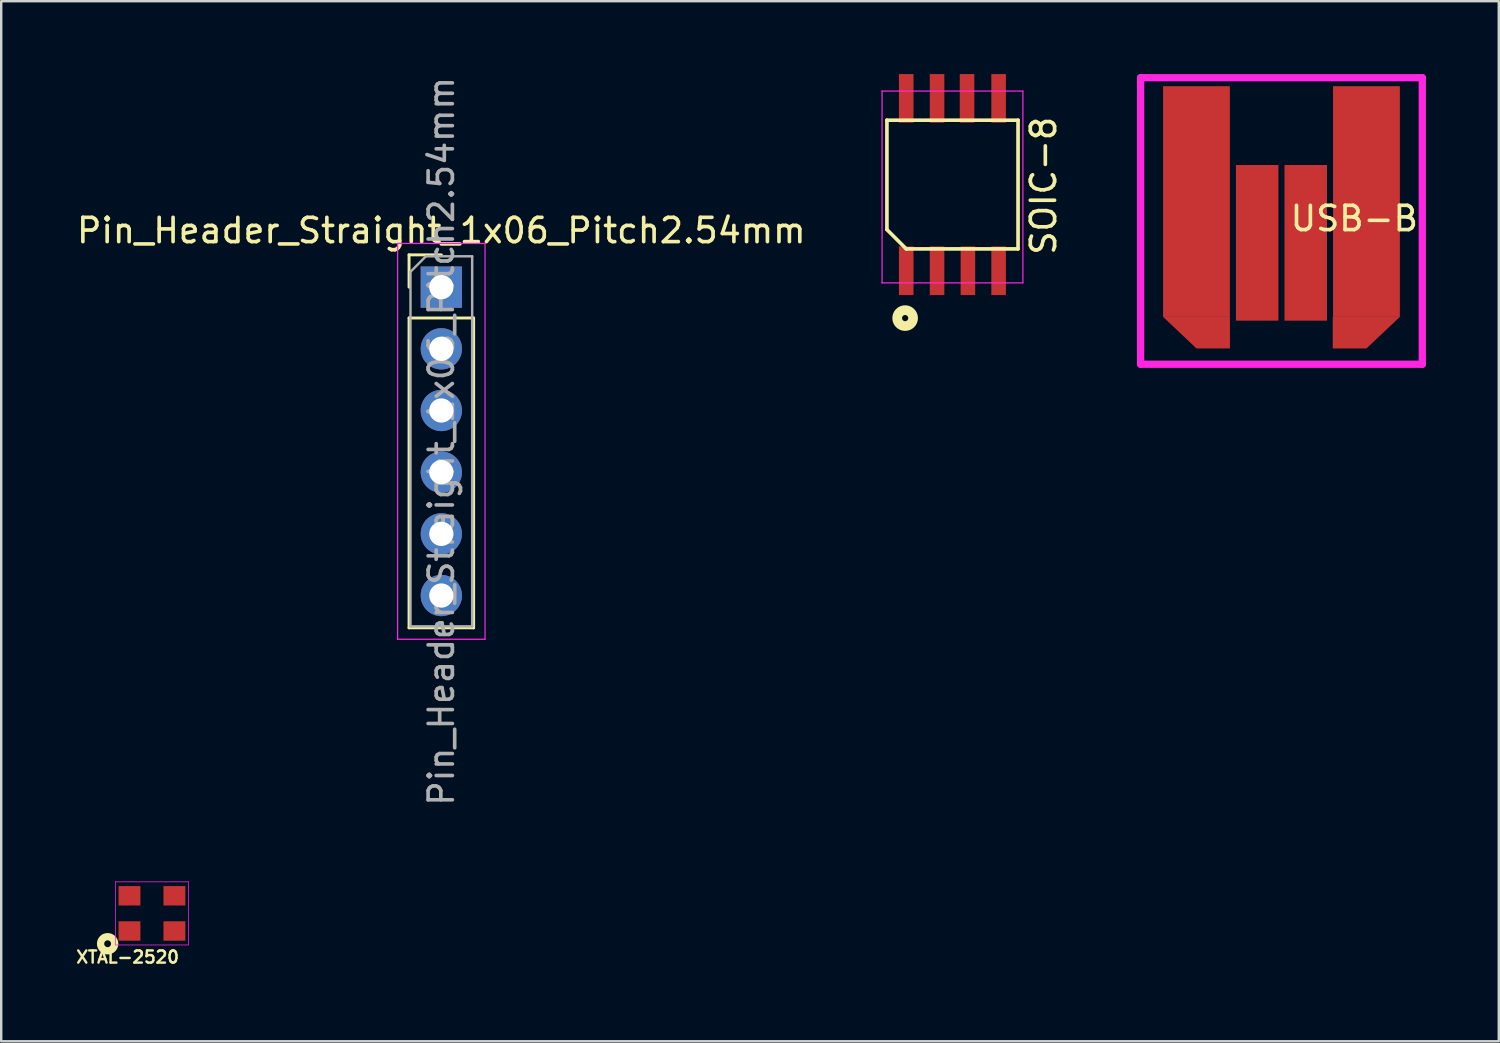
<source format=kicad_pcb>
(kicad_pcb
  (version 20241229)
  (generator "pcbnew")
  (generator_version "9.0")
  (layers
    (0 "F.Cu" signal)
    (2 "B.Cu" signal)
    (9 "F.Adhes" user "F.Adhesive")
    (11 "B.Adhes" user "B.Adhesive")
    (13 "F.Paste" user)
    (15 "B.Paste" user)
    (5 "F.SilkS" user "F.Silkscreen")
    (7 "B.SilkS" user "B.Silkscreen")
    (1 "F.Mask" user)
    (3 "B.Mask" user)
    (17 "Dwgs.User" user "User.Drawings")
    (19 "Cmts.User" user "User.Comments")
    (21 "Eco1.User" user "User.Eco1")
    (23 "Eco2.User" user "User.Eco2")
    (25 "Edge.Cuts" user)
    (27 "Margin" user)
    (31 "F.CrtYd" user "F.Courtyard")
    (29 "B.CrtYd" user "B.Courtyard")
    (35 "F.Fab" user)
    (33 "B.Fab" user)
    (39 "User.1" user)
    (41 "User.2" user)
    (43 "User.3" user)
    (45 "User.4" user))
  (footprint "XTAL-2520"
    (layer "F.Cu")
    (at 3.207 34.565)
    (property "Reference" "XTAL-2520" (at -1 1.8 0) (layer "F.SilkS") (effects (font (size 0.5 0.5) (thickness 0.1))))
    (attr smd)
    (fp_circle (center -1.825 1.25) (end -1.684 1.25) (stroke (width 0.3) (type solid)) (fill no) (layer "F.SilkS"))
    (fp_line (start -1.5 -1.3) (end 1.5 -1.3) (stroke (width 0.03) (type solid)) (layer "F.CrtYd"))
    (fp_line (start -1.5 1.3) (end -1.5 -1.3) (stroke (width 0.03) (type solid)) (layer "F.CrtYd"))
    (fp_line (start 1.5 -1.3) (end 1.5 1.3) (stroke (width 0.03) (type solid)) (layer "F.CrtYd"))
    (fp_line (start 1.5 1.3) (end -1.5 1.3) (stroke (width 0.03) (type solid)) (layer "F.CrtYd"))
    (pad "1" smd rect (at -0.925 0.725 180) (size 0.9 0.8) (layers "F.Cu" "F.Mask" "F.Paste"))
    (pad "2" smd rect (at 0.925 0.725 180) (size 0.9 0.8) (layers "F.Cu" "F.Mask" "F.Paste"))
    (pad "3" smd rect (at 0.925 -0.725 180) (size 0.9 0.8) (layers "F.Cu" "F.Mask" "F.Paste"))
    (pad "4" smd rect (at -0.925 -0.725 180) (size 0.9 0.8) (layers "F.Cu" "F.Mask" "F.Paste")))
  (footprint "Pin_Header_Straight_1x06_Pitch2.54mm"
    (layer "F.Cu")
    (at 15.125 8.775)
    (property "Reference" "Pin_Header_Straight_1x06_Pitch2.54mm" (at 0 -2.33 0) (layer "F.SilkS") (effects (font (size 1 1) (thickness 0.15))))
    (attr exclude_from_pos_files exclude_from_bom)
    (fp_line (start -1.33 -1.33) (end 0 -1.33) (stroke (width 0.12) (type solid)) (layer "F.SilkS"))
    (fp_line (start -1.33 0) (end -1.33 -1.33) (stroke (width 0.12) (type solid)) (layer "F.SilkS"))
    (fp_line (start -1.33 1.27) (end -1.33 14.03) (stroke (width 0.12) (type solid)) (layer "F.SilkS"))
    (fp_line (start -1.33 1.27) (end 1.33 1.27) (stroke (width 0.12) (type solid)) (layer "F.SilkS"))
    (fp_line (start -1.33 14.03) (end 1.33 14.03) (stroke (width 0.12) (type solid)) (layer "F.SilkS"))
    (fp_line (start 1.33 1.27) (end 1.33 14.03) (stroke (width 0.12) (type solid)) (layer "F.SilkS"))
    (fp_line (start -1.8 -1.8) (end -1.8 14.5) (stroke (width 0.05) (type solid)) (layer "F.CrtYd"))
    (fp_line (start -1.8 14.5) (end 1.8 14.5) (stroke (width 0.05) (type solid)) (layer "F.CrtYd"))
    (fp_line (start 1.8 -1.8) (end -1.8 -1.8) (stroke (width 0.05) (type solid)) (layer "F.CrtYd"))
    (fp_line (start 1.8 14.5) (end 1.8 -1.8) (stroke (width 0.05) (type solid)) (layer "F.CrtYd"))
    (fp_line (start -1.27 -0.635) (end -0.635 -1.27) (stroke (width 0.1) (type solid)) (layer "F.Fab"))
    (fp_line (start -1.27 13.97) (end -1.27 -0.635) (stroke (width 0.1) (type solid)) (layer "F.Fab"))
    (fp_line (start -0.635 -1.27) (end 1.27 -1.27) (stroke (width 0.1) (type solid)) (layer "F.Fab"))
    (fp_line (start 1.27 -1.27) (end 1.27 13.97) (stroke (width 0.1) (type solid)) (layer "F.Fab"))
    (fp_line (start 1.27 13.97) (end -1.27 13.97) (stroke (width 0.1) (type solid)) (layer "F.Fab"))
    (fp_text user "${REFERENCE}" (at 0 6.35 90) (layer "F.Fab") (effects (font (size 1 1) (thickness 0.15))))
    (pad "1" thru_hole rect (at 0 0) (size 1.7 1.7) (drill 1) (layers "*.Cu" "*.Mask"))
    (pad "2" thru_hole oval (at 0 2.54) (size 1.7 1.7) (drill 1) (layers "*.Cu" "*.Mask"))
    (pad "3" thru_hole oval (at 0 5.08) (size 1.7 1.7) (drill 1) (layers "*.Cu" "*.Mask"))
    (pad "4" thru_hole oval (at 0 7.62) (size 1.7 1.7) (drill 1) (layers "*.Cu" "*.Mask"))
    (pad "5" thru_hole oval (at 0 10.16) (size 1.7 1.7) (drill 1) (layers "*.Cu" "*.Mask"))
    (pad "6" thru_hole oval (at 0 12.7) (size 1.7 1.7) (drill 1) (layers "*.Cu" "*.Mask")))
  (footprint "SOIC-8"
    (layer "F.Cu")
    (at 36.175 4.6)
    (property "Reference" "SOIC-8" (at 3.75 0 90) (layer "F.SilkS") (effects (font (size 1 1) (thickness 0.15))))
    (attr smd)
    (fp_line (start -2.705 -2.7) (end 2.7 -2.7) (stroke (width 0.15) (type solid)) (layer "F.SilkS"))
    (fp_line (start -2.7 1.8) (end -2.7 -2.7) (stroke (width 0.15) (type solid)) (layer "F.SilkS"))
    (fp_line (start -1.905 2.6) (end -2.705 1.8) (stroke (width 0.15) (type solid)) (layer "F.SilkS"))
    (fp_line (start 2.7 -2.7) (end 2.7 2.6) (stroke (width 0.15) (type solid)) (layer "F.SilkS"))
    (fp_line (start 2.7 2.6) (end -1.905 2.6) (stroke (width 0.15) (type solid)) (layer "F.SilkS"))
    (fp_circle (center -1.95 5.45) (end -1.825 5.425) (stroke (width 0.4) (type solid)) (fill no) (layer "F.SilkS"))
    (fp_line (start -2.9 -3.9) (end 2.9 -3.9) (stroke (width 0.05) (type solid)) (layer "F.CrtYd"))
    (fp_line (start -2.9 4) (end -2.9 -3.9) (stroke (width 0.05) (type solid)) (layer "F.CrtYd"))
    (fp_line (start 2.9 -3.9) (end 2.9 4) (stroke (width 0.05) (type solid)) (layer "F.CrtYd"))
    (fp_line (start 2.9 4) (end -2.9 4) (stroke (width 0.05) (type solid)) (layer "F.CrtYd"))
    (pad "1" smd rect (at -1.905 3.5) (size 0.6 2) (layers "F.Cu" "F.Mask" "F.Paste"))
    (pad "2" smd rect (at -0.635 3.5) (size 0.6 2) (layers "F.Cu" "F.Mask" "F.Paste"))
    (pad "3" smd rect (at 0.635 3.5) (size 0.6 2) (layers "F.Cu" "F.Mask" "F.Paste"))
    (pad "4" smd rect (at 1.9 3.5) (size 0.6 2) (layers "F.Cu" "F.Mask" "F.Paste"))
    (pad "5" smd rect (at 1.9 -3.6) (size 0.6 2) (layers "F.Cu" "F.Mask" "F.Paste"))
    (pad "6" smd rect (at 0.6 -3.6) (size 0.6 2) (layers "F.Cu" "F.Mask" "F.Paste"))
    (pad "7" smd rect (at -0.635 -3.6) (size 0.6 2) (layers "F.Cu" "F.Mask" "F.Paste"))
    (pad "8" smd rect (at -1.905 -3.6) (size 0.6 2) (layers "F.Cu" "F.Mask" "F.Paste")))
  (footprint "USB-B"
    (layer "F.Cu")
    (at 49.723 3.95)
    (property "Reference" "USB-B" (at 3 2 0) (layer "F.SilkS") (effects (font (size 1 1) (thickness 0.15))))
    (attr exclude_from_pos_files exclude_from_bom)
    (fp_line (start -5.8 -3.8) (end -5.8 8) (stroke (width 0.3) (type solid)) (layer "F.CrtYd"))
    (fp_line (start -5.8 8) (end 5.8 8) (stroke (width 0.3) (type solid)) (layer "F.CrtYd"))
    (fp_line (start 5.8 -3.8) (end -5.8 -3.8) (stroke (width 0.3) (type solid)) (layer "F.CrtYd"))
    (fp_line (start 5.8 8) (end 5.8 -3.8) (stroke (width 0.3) (type solid)) (layer "F.CrtYd"))
    (pad "1" smd rect (at 2.8 6.7 180) (size 1.375 1.3) (layers "F.Cu" "F.Mask"))
    (pad "1" smd rect (at 3.5 1.3 180) (size 2.75 9.5) (layers "F.Cu" "F.Mask"))
    (pad "1" smd trapezoid (at 3.5 6.7 180) (size 1.375 1.3) (rect_delta 0 1.374) (layers "F.Cu" "F.Mask"))
    (pad "2" smd rect (at 1 3 180) (size 1.75 6.41) (layers "F.Cu" "F.Mask"))
    (pad "3" smd rect (at -1 3 180) (size 1.75 6.41) (layers "F.Cu" "F.Mask"))
    (pad "4" smd rect (at -3.5 1.3 180) (size 2.75 9.5) (layers "F.Cu" "F.Mask"))
    (pad "4" smd trapezoid (at -3.5 6.7 180) (size 1.375 1.3) (rect_delta 0 1.374) (layers "F.Cu" "F.Mask"))
    (pad "4" smd rect (at -2.81 6.7 180) (size 1.375 1.3) (layers "F.Cu" "F.Mask")))
  (gr_rect
    (start -3 -3)
    (end 58.673 39.833)
    (stroke (width 0.1) (type default))
    (fill no)
    (layer "Edge.Cuts")))
</source>
